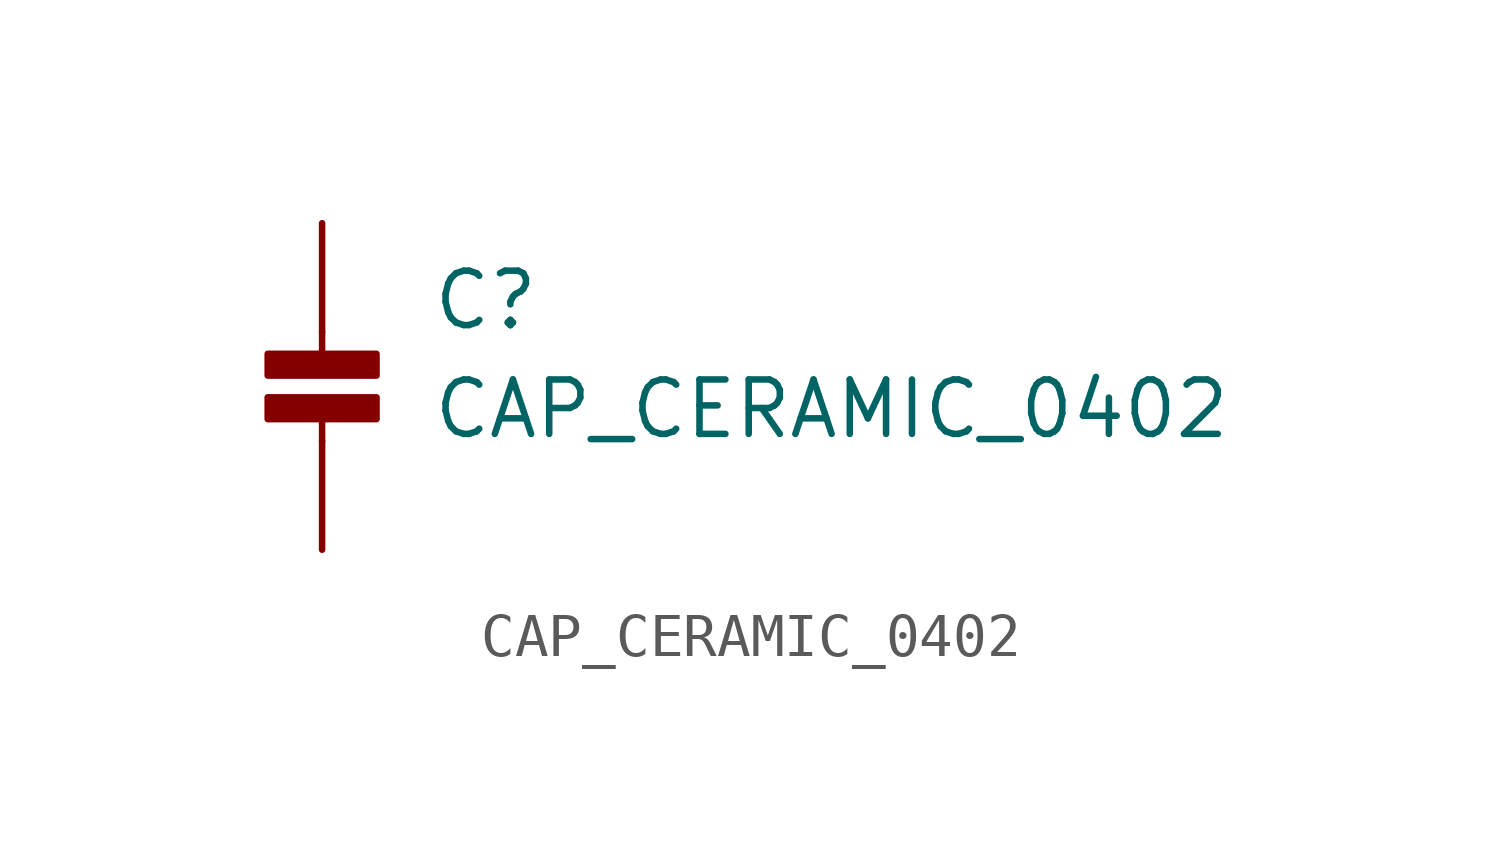
<source format=kicad_sym>
(kicad_symbol_lib
  (version 20211014)
  (generator kicad_symbol_editor)
  (symbol "CAP_CERAMIC_0402"
    (property "Reference" "C"
      (at 2.54 2.54 0)
      (effects (font (size 1.27 1.27)) (justify left bottom)))
    (property "Value" "CAP_CERAMIC_0402"
      (at 2.54 0 0)
      (effects (font (size 1.27 1.27)) (justify left bottom)))
    (property "ki_locked" ""
      (at 0 0 0)
      (effects (font (size 1.27 1.27))))
    (symbol "CAP_CERAMIC_0402_1_0"
      (rectangle (start -1.27 0.508) (end 1.27 1.016) (stroke (width 0) (type default) (color 0 0 0 0)) (fill (type outline)))
      (rectangle (start -1.27 1.524) (end 1.27 2.032) (stroke (width 0) (type default) (color 0 0 0 0)) (fill (type outline)))
      (polyline (pts (xy 0 0.762) (xy 0 0)) (stroke (width 0.152) (type default) (color 0 0 0 0)) (fill (type none)))
      (polyline (pts (xy 0 2.54) (xy 0 1.778)) (stroke (width 0.152) (type default) (color 0 0 0 0)) (fill (type none)))
      (pin passive line (at 0 5.08 270) (length 2.54) (name "P$1" (effects (font (size 0 0)))) (number "1" (effects (font (size 0 0)))))
      (pin passive line (at 0 -2.54 90) (length 2.54) (name "P$2" (effects (font (size 0 0)))) (number "2" (effects (font (size 0 0))))))))
</source>
